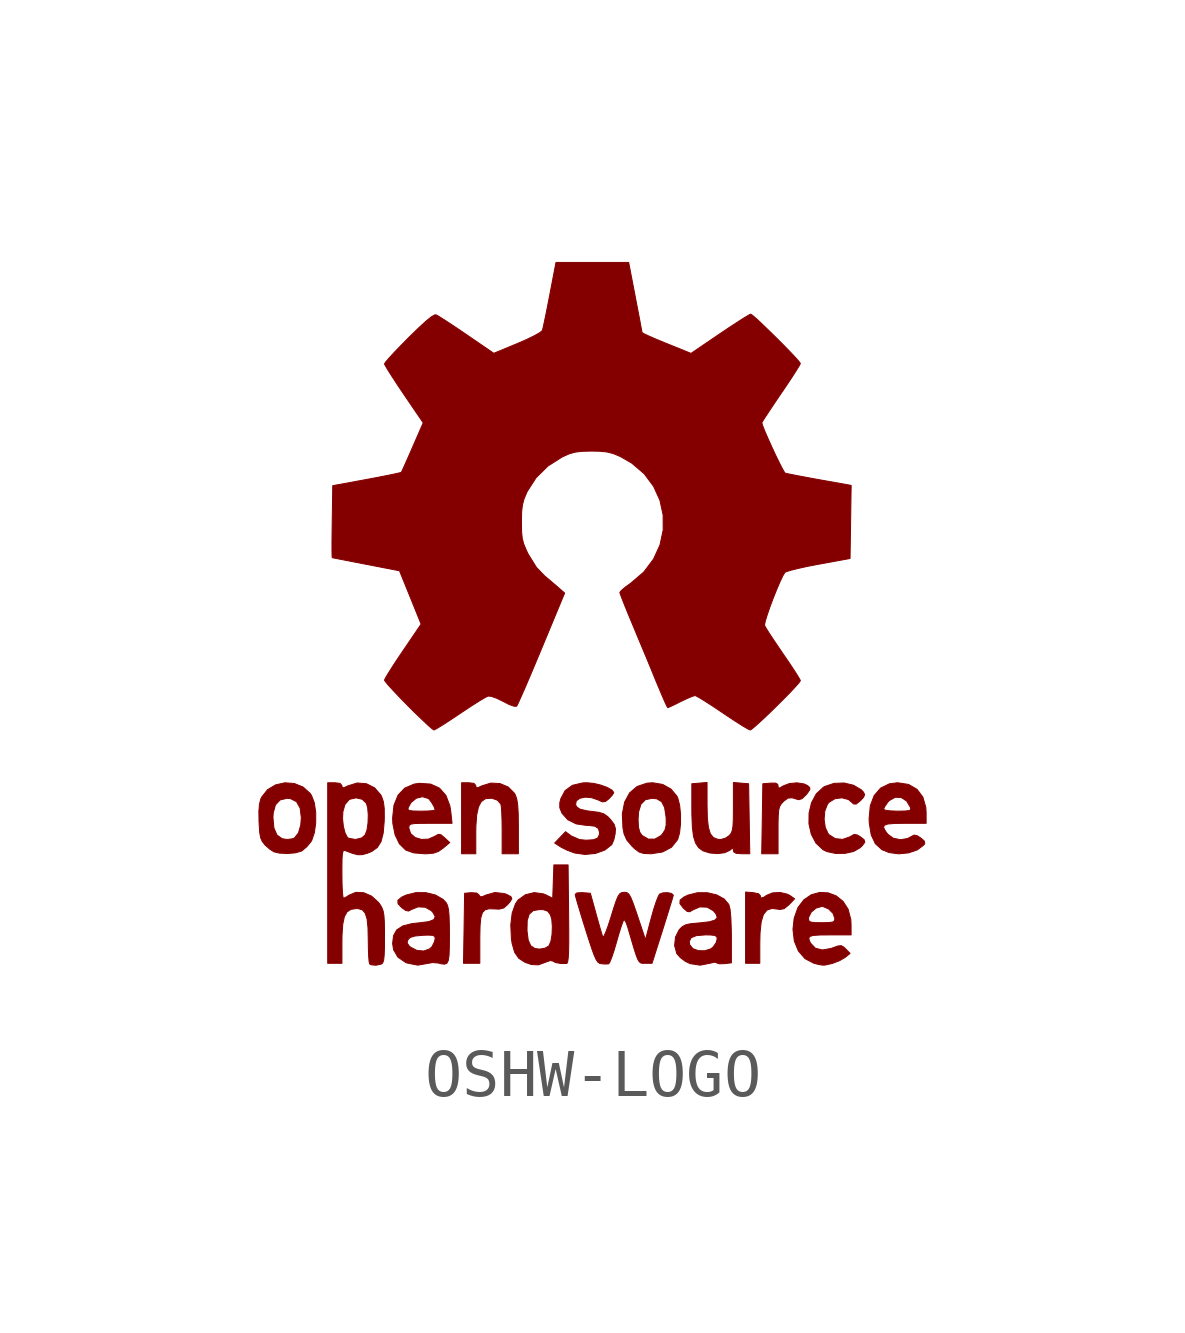
<source format=kicad_sym>
(kicad_symbol_lib
  (version 20231120)
  (generator "kicad_symbol_editor")
  (generator_version "8.0")
  (symbol "OSHW-LOGO"
    (pin_names
      (offset 1.016))
    (property "Reference" "#G"
      (at 0 9.381 0)
      (effects (font (size 1.27 1.27)) (hide yes)))
    (symbol "OSHW-LOGO_0_0"
      (polyline (pts (xy 3.508 -6.895) (xy 3.513 -6.677) (xy 3.537 -6.45) (xy 3.583 -6.295) (xy 3.658 -6.203) (xy 3.763 -6.169) (xy 3.902 -6.186) (xy 3.927 -6.191) (xy 4.016 -6.173) (xy 4.117 -6.09) (xy 4.233 -5.968) (xy 4.136 -5.9) (xy 4.083 -5.872) (xy 3.934 -5.837) (xy 3.777 -5.844) (xy 3.653 -5.894) (xy 3.592 -5.936) (xy 3.529 -5.953) (xy 3.518 -5.906) (xy 3.519 -5.901) (xy 3.48 -5.862) (xy 3.37 -5.84) (xy 3.212 -5.827) (xy 3.212 -6.569) (xy 3.212 -7.311) (xy 3.36 -7.311) (xy 3.508 -7.311) (xy 3.508 -6.895)) (stroke (width 0.01) (type default)) (fill (type outline)))
      (polyline (pts (xy -2.325 -6.807) (xy -2.325 -6.767) (xy -2.32 -6.529) (xy -2.304 -6.362) (xy -2.271 -6.255) (xy -2.215 -6.197) (xy -2.131 -6.175) (xy -2.013 -6.179) (xy -1.92 -6.183) (xy -1.827 -6.159) (xy -1.746 -6.088) (xy -1.7 -6.035) (xy -1.658 -5.967) (xy -1.676 -5.924) (xy -1.756 -5.881) (xy -1.812 -5.859) (xy -2.012 -5.837) (xy -2.205 -5.892) (xy -2.261 -5.919) (xy -2.315 -5.927) (xy -2.342 -5.889) (xy -2.386 -5.849) (xy -2.504 -5.84) (xy -2.642 -5.853) (xy -2.653 -6.582) (xy -2.665 -7.311) (xy -2.495 -7.311) (xy -2.325 -7.311) (xy -2.325 -6.807)) (stroke (width 0.01) (type default)) (fill (type outline)))
      (polyline (pts (xy 3.888 -4.541) (xy 3.888 -4.406) (xy 3.892 -4.237) (xy 3.901 -4.124) (xy 3.919 -4.05) (xy 3.95 -3.996) (xy 3.996 -3.945) (xy 4.018 -3.925) (xy 4.097 -3.869) (xy 4.183 -3.864) (xy 4.311 -3.902) (xy 4.316 -3.904) (xy 4.388 -3.882) (xy 4.477 -3.796) (xy 4.503 -3.763) (xy 4.55 -3.692) (xy 4.548 -3.65) (xy 4.501 -3.608) (xy 4.431 -3.575) (xy 4.283 -3.552) (xy 4.124 -3.567) (xy 3.992 -3.618) (xy 3.93 -3.656) (xy 3.895 -3.661) (xy 3.888 -3.616) (xy 3.882 -3.584) (xy 3.837 -3.557) (xy 3.73 -3.558) (xy 3.571 -3.571) (xy 3.56 -4.3) (xy 3.548 -5.029) (xy 3.718 -5.029) (xy 3.888 -5.029) (xy 3.888 -4.541)) (stroke (width 0.01) (type default)) (fill (type outline)))
      (polyline (pts (xy -2.409 -4.613) (xy -2.407 -4.455) (xy -2.39 -4.219) (xy -2.353 -4.052) (xy -2.296 -3.944) (xy -2.214 -3.886) (xy -2.2 -3.881) (xy -2.073 -3.873) (xy -1.957 -3.914) (xy -1.887 -3.994) (xy -1.877 -4.049) (xy -1.868 -4.175) (xy -1.862 -4.347) (xy -1.86 -4.547) (xy -1.86 -5.029) (xy -1.691 -5.029) (xy -1.522 -5.029) (xy -1.522 -4.478) (xy -1.522 -4.445) (xy -1.525 -4.194) (xy -1.536 -4.012) (xy -1.556 -3.886) (xy -1.586 -3.802) (xy -1.606 -3.767) (xy -1.734 -3.639) (xy -1.905 -3.567) (xy -2.095 -3.557) (xy -2.284 -3.615) (xy -2.36 -3.651) (xy -2.401 -3.654) (xy -2.409 -3.615) (xy -2.409 -3.607) (xy -2.448 -3.563) (xy -2.557 -3.55) (xy -2.705 -3.55) (xy -2.705 -4.29) (xy -2.705 -5.029) (xy -2.557 -5.029) (xy -2.409 -5.029) (xy -2.409 -4.613)) (stroke (width 0.01) (type default)) (fill (type outline)))
      (polyline (pts (xy 3.287 -4.3) (xy 3.275 -3.571) (xy 3.117 -3.558) (xy 2.958 -3.545) (xy 2.958 -4.055) (xy 2.958 -4.116) (xy 2.956 -4.317) (xy 2.949 -4.455) (xy 2.934 -4.545) (xy 2.91 -4.604) (xy 2.874 -4.649) (xy 2.795 -4.704) (xy 2.694 -4.733) (xy 2.631 -4.728) (xy 2.541 -4.692) (xy 2.477 -4.613) (xy 2.437 -4.481) (xy 2.415 -4.285) (xy 2.409 -4.015) (xy 2.409 -3.545) (xy 2.251 -3.558) (xy 2.092 -3.571) (xy 2.092 -4.099) (xy 2.093 -4.218) (xy 2.103 -4.477) (xy 2.127 -4.668) (xy 2.17 -4.806) (xy 2.232 -4.901) (xy 2.32 -4.966) (xy 2.326 -4.969) (xy 2.465 -5.013) (xy 2.626 -5.026) (xy 2.776 -5.008) (xy 2.881 -4.959) (xy 2.92 -4.926) (xy 2.952 -4.913) (xy 2.958 -4.959) (xy 2.964 -4.989) (xy 3.014 -5.02) (xy 3.128 -5.029) (xy 3.299 -5.029) (xy 3.287 -4.3)) (stroke (width 0.01) (type default)) (fill (type outline)))
      (polyline (pts (xy 5.284 -5.021) (xy 5.464 -4.981) (xy 5.598 -4.904) (xy 5.645 -4.858) (xy 5.696 -4.789) (xy 5.68 -4.736) (xy 5.599 -4.673) (xy 5.539 -4.638) (xy 5.474 -4.627) (xy 5.399 -4.668) (xy 5.387 -4.676) (xy 5.235 -4.73) (xy 5.079 -4.714) (xy 4.947 -4.63) (xy 4.934 -4.615) (xy 4.872 -4.483) (xy 4.848 -4.313) (xy 4.862 -4.14) (xy 4.917 -3.998) (xy 4.952 -3.956) (xy 5.073 -3.883) (xy 5.218 -3.864) (xy 5.357 -3.9) (xy 5.461 -3.99) (xy 5.464 -3.993) (xy 5.516 -3.994) (xy 5.606 -3.922) (xy 5.671 -3.85) (xy 5.692 -3.794) (xy 5.663 -3.74) (xy 5.623 -3.698) (xy 5.461 -3.602) (xy 5.263 -3.555) (xy 5.054 -3.563) (xy 4.861 -3.628) (xy 4.831 -3.645) (xy 4.684 -3.783) (xy 4.585 -3.968) (xy 4.534 -4.183) (xy 4.532 -4.406) (xy 4.58 -4.621) (xy 4.678 -4.807) (xy 4.826 -4.946) (xy 4.908 -4.985) (xy 5.088 -5.023) (xy 5.284 -5.021)) (stroke (width 0.01) (type default)) (fill (type outline)))
      (polyline (pts (xy 1.248 -5.029) (xy 1.483 -4.992) (xy 1.668 -4.894) (xy 1.794 -4.737) (xy 1.797 -4.732) (xy 1.836 -4.597) (xy 1.856 -4.411) (xy 1.857 -4.207) (xy 1.837 -4.015) (xy 1.799 -3.867) (xy 1.781 -3.83) (xy 1.659 -3.683) (xy 1.484 -3.585) (xy 1.276 -3.55) (xy 1.157 -3.559) (xy 0.952 -3.628) (xy 0.796 -3.761) (xy 0.692 -3.953) (xy 0.644 -4.198) (xy 0.649 -4.316) (xy 0.972 -4.316) (xy 0.982 -4.159) (xy 1.031 -3.998) (xy 1.124 -3.904) (xy 1.263 -3.874) (xy 1.363 -3.885) (xy 1.463 -3.945) (xy 1.525 -4.066) (xy 1.554 -4.257) (xy 1.557 -4.295) (xy 1.557 -4.435) (xy 1.534 -4.532) (xy 1.48 -4.617) (xy 1.449 -4.651) (xy 1.322 -4.724) (xy 1.183 -4.724) (xy 1.056 -4.649) (xy 1.008 -4.582) (xy 0.98 -4.477) (xy 0.972 -4.316) (xy 0.649 -4.316) (xy 0.657 -4.491) (xy 0.68 -4.614) (xy 0.738 -4.744) (xy 0.846 -4.871) (xy 0.9 -4.923) (xy 0.992 -4.993) (xy 1.089 -5.023) (xy 1.231 -5.029) (xy 1.248 -5.029)) (stroke (width 0.01) (type default)) (fill (type outline)))
      (polyline (pts (xy -6.17 -5.011) (xy -6.045 -4.975) (xy -6.029 -4.966) (xy -5.933 -4.886) (xy -5.844 -4.779) (xy -5.827 -4.751) (xy -5.772 -4.59) (xy -5.744 -4.385) (xy -5.744 -4.168) (xy -5.773 -3.968) (xy -5.831 -3.816) (xy -5.861 -3.771) (xy -6.008 -3.639) (xy -6.19 -3.566) (xy -6.386 -3.551) (xy -6.578 -3.594) (xy -6.746 -3.693) (xy -6.87 -3.85) (xy -6.888 -3.89) (xy -6.916 -3.998) (xy -6.928 -4.146) (xy -6.926 -4.276) (xy -6.635 -4.276) (xy -6.63 -4.181) (xy -6.583 -4.011) (xy -6.486 -3.908) (xy -6.34 -3.874) (xy -6.269 -3.881) (xy -6.144 -3.944) (xy -6.069 -4.076) (xy -6.044 -4.276) (xy -6.055 -4.429) (xy -6.104 -4.597) (xy -6.187 -4.701) (xy -6.239 -4.72) (xy -6.34 -4.732) (xy -6.444 -4.716) (xy -6.552 -4.638) (xy -6.615 -4.493) (xy -6.635 -4.276) (xy -6.926 -4.276) (xy -6.925 -4.355) (xy -6.921 -4.432) (xy -6.91 -4.593) (xy -6.89 -4.699) (xy -6.857 -4.774) (xy -6.804 -4.84) (xy -6.797 -4.849) (xy -6.7 -4.934) (xy -6.614 -4.989) (xy -6.501 -5.016) (xy -6.335 -5.024) (xy -6.17 -5.011)) (stroke (width 0.01) (type default)) (fill (type outline)))
      (polyline (pts (xy -0.954 -7.289) (xy -0.949 -7.286) (xy -0.857 -7.254) (xy -0.806 -7.264) (xy -0.751 -7.295) (xy -0.643 -7.315) (xy -0.517 -7.316) (xy -0.509 -7.312) (xy -0.494 -7.277) (xy -0.483 -7.199) (xy -0.476 -7.069) (xy -0.472 -6.879) (xy -0.472 -6.621) (xy -0.475 -6.287) (xy -0.486 -5.262) (xy -0.634 -5.262) (xy -0.782 -5.262) (xy -0.794 -5.611) (xy -0.806 -5.959) (xy -0.938 -5.891) (xy -1.007 -5.863) (xy -1.194 -5.839) (xy -1.376 -5.884) (xy -1.526 -5.992) (xy -1.581 -6.071) (xy -1.651 -6.266) (xy -1.68 -6.513) (xy -1.675 -6.621) (xy -1.342 -6.621) (xy -1.338 -6.42) (xy -1.296 -6.287) (xy -1.211 -6.214) (xy -1.078 -6.191) (xy -0.999 -6.195) (xy -0.912 -6.225) (xy -0.855 -6.297) (xy -0.826 -6.395) (xy -0.814 -6.545) (xy -0.82 -6.709) (xy -0.844 -6.854) (xy -0.885 -6.949) (xy -0.885 -6.949) (xy -0.965 -6.996) (xy -1.078 -7.016) (xy -1.179 -7.003) (xy -1.265 -6.945) (xy -1.317 -6.829) (xy -1.341 -6.642) (xy -1.342 -6.621) (xy -1.675 -6.621) (xy -1.667 -6.8) (xy -1.653 -6.895) (xy -1.6 -7.081) (xy -1.513 -7.208) (xy -1.381 -7.292) (xy -1.251 -7.337) (xy -1.105 -7.344) (xy -0.954 -7.289)) (stroke (width 0.01) (type default)) (fill (type outline)))
      (polyline (pts (xy 6.608 -5.011) (xy 6.791 -4.948) (xy 6.925 -4.846) (xy 6.946 -4.814) (xy 6.934 -4.764) (xy 6.858 -4.699) (xy 6.788 -4.654) (xy 6.723 -4.64) (xy 6.658 -4.674) (xy 6.588 -4.712) (xy 6.437 -4.737) (xy 6.287 -4.705) (xy 6.173 -4.622) (xy 6.124 -4.555) (xy 6.087 -4.483) (xy 6.101 -4.437) (xy 6.173 -4.41) (xy 6.314 -4.398) (xy 6.53 -4.395) (xy 6.973 -4.395) (xy 6.973 -4.173) (xy 6.967 -4.065) (xy 6.905 -3.849) (xy 6.783 -3.687) (xy 6.606 -3.585) (xy 6.38 -3.55) (xy 6.209 -3.572) (xy 6.026 -3.661) (xy 5.892 -3.815) (xy 5.81 -4.029) (xy 5.803 -4.105) (xy 6.086 -4.105) (xy 6.086 -4.103) (xy 6.113 -4.043) (xy 6.173 -3.957) (xy 6.206 -3.921) (xy 6.327 -3.853) (xy 6.453 -3.857) (xy 6.567 -3.93) (xy 6.649 -4.068) (xy 6.65 -4.071) (xy 6.653 -4.109) (xy 6.62 -4.13) (xy 6.534 -4.139) (xy 6.38 -4.142) (xy 6.37 -4.142) (xy 6.226 -4.136) (xy 6.125 -4.123) (xy 6.086 -4.105) (xy 5.803 -4.105) (xy 5.785 -4.297) (xy 5.789 -4.395) (xy 5.83 -4.639) (xy 5.916 -4.82) (xy 6.052 -4.944) (xy 6.202 -5.005) (xy 6.403 -5.031) (xy 6.608 -5.011)) (stroke (width 0.01) (type default)) (fill (type outline)))
      (polyline (pts (xy 4.87 -7.348) (xy 5.017 -7.315) (xy 5.171 -7.256) (xy 5.29 -7.186) (xy 5.388 -7.105) (xy 5.298 -7.013) (xy 5.256 -6.973) (xy 5.204 -6.944) (xy 5.136 -6.951) (xy 5.021 -6.992) (xy 4.991 -7.003) (xy 4.81 -7.034) (xy 4.665 -6.997) (xy 4.567 -6.894) (xy 4.545 -6.851) (xy 4.528 -6.791) (xy 4.55 -6.752) (xy 4.623 -6.731) (xy 4.758 -6.722) (xy 4.966 -6.72) (xy 5.41 -6.72) (xy 5.409 -6.498) (xy 5.404 -6.401) (xy 5.348 -6.186) (xy 5.242 -6.021) (xy 5.098 -5.906) (xy 4.932 -5.844) (xy 4.755 -5.836) (xy 4.582 -5.883) (xy 4.427 -5.988) (xy 4.303 -6.15) (xy 4.224 -6.373) (xy 4.223 -6.382) (xy 4.522 -6.382) (xy 4.525 -6.354) (xy 4.578 -6.247) (xy 4.679 -6.162) (xy 4.797 -6.128) (xy 4.827 -6.13) (xy 4.943 -6.18) (xy 5.035 -6.273) (xy 5.072 -6.382) (xy 5.064 -6.425) (xy 5.028 -6.452) (xy 4.946 -6.463) (xy 4.797 -6.466) (xy 4.655 -6.464) (xy 4.569 -6.453) (xy 4.531 -6.427) (xy 4.522 -6.382) (xy 4.223 -6.382) (xy 4.199 -6.604) (xy 4.227 -6.849) (xy 4.313 -7.056) (xy 4.449 -7.214) (xy 4.632 -7.31) (xy 4.732 -7.336) (xy 4.818 -7.35) (xy 4.87 -7.348)) (stroke (width 0.01) (type default)) (fill (type outline)))
      (polyline (pts (xy -3.422 -5.029) (xy -3.286 -5.016) (xy -3.187 -4.981) (xy -3.091 -4.913) (xy -2.952 -4.797) (xy -3.058 -4.697) (xy -3.058 -4.697) (xy -3.135 -4.633) (xy -3.19 -4.625) (xy -3.261 -4.665) (xy -3.396 -4.725) (xy -3.542 -4.731) (xy -3.673 -4.691) (xy -3.767 -4.609) (xy -3.804 -4.494) (xy -3.803 -4.467) (xy -3.793 -4.433) (xy -3.757 -4.411) (xy -3.683 -4.4) (xy -3.553 -4.396) (xy -3.354 -4.395) (xy -2.904 -4.395) (xy -2.929 -4.16) (xy -2.949 -4.032) (xy -3.031 -3.815) (xy -3.165 -3.663) (xy -3.349 -3.578) (xy -3.582 -3.562) (xy -3.694 -3.578) (xy -3.888 -3.661) (xy -4.028 -3.808) (xy -4.113 -4.017) (xy -4.123 -4.107) (xy -3.822 -4.107) (xy -3.817 -4.068) (xy -3.759 -3.963) (xy -3.649 -3.873) (xy -3.521 -3.841) (xy -3.398 -3.878) (xy -3.385 -3.889) (xy -3.329 -3.96) (xy -3.277 -4.05) (xy -3.254 -4.118) (xy -3.255 -4.119) (xy -3.298 -4.13) (xy -3.403 -4.139) (xy -3.549 -4.142) (xy -3.562 -4.142) (xy -3.711 -4.139) (xy -3.792 -4.129) (xy -3.822 -4.107) (xy -4.123 -4.107) (xy -4.142 -4.287) (xy -4.137 -4.401) (xy -4.09 -4.636) (xy -3.999 -4.824) (xy -3.871 -4.949) (xy -3.862 -4.955) (xy -3.704 -5.011) (xy -3.485 -5.029) (xy -3.422 -5.029)) (stroke (width 0.01) (type default)) (fill (type outline)))
      (polyline (pts (xy 0.087 -5.022) (xy 0.278 -4.953) (xy 0.419 -4.843) (xy 0.427 -4.832) (xy 0.467 -4.738) (xy 0.494 -4.614) (xy 0.501 -4.51) (xy 0.473 -4.416) (xy 0.393 -4.311) (xy 0.343 -4.259) (xy 0.262 -4.2) (xy 0.159 -4.167) (xy 0.002 -4.147) (xy -0.092 -4.135) (xy -0.238 -4.101) (xy -0.31 -4.05) (xy -0.33 -4.003) (xy -0.315 -3.927) (xy -0.242 -3.874) (xy -0.13 -3.85) (xy 0.004 -3.861) (xy 0.144 -3.91) (xy 0.227 -3.948) (xy 0.291 -3.942) (xy 0.366 -3.882) (xy 0.369 -3.879) (xy 0.437 -3.805) (xy 0.465 -3.755) (xy 0.43 -3.705) (xy 0.333 -3.65) (xy 0.199 -3.6) (xy 0.049 -3.564) (xy -0.093 -3.55) (xy -0.185 -3.554) (xy -0.397 -3.604) (xy -0.547 -3.713) (xy -0.636 -3.879) (xy -0.659 -3.967) (xy -0.659 -4.071) (xy -0.615 -4.181) (xy -0.609 -4.19) (xy -0.491 -4.321) (xy -0.318 -4.407) (xy -0.111 -4.438) (xy -0.073 -4.438) (xy 0.07 -4.455) (xy 0.146 -4.503) (xy 0.169 -4.588) (xy 0.165 -4.635) (xy 0.129 -4.704) (xy 0.041 -4.738) (xy -0.114 -4.747) (xy -0.248 -4.734) (xy -0.419 -4.659) (xy -0.539 -4.57) (xy -0.652 -4.688) (xy -0.765 -4.806) (xy -0.647 -4.883) (xy -0.631 -4.893) (xy -0.502 -4.957) (xy -0.36 -5.01) (xy -0.347 -5.014) (xy -0.13 -5.044) (xy 0.087 -5.022)) (stroke (width 0.01) (type default)) (fill (type outline)))
      (polyline (pts (xy -3.408 -7.314) (xy -3.31 -7.296) (xy -3.183 -7.307) (xy -3.132 -7.321) (xy -3.061 -7.33) (xy -3.012 -7.311) (xy -2.982 -7.253) (xy -2.966 -7.143) (xy -2.96 -6.971) (xy -2.958 -6.726) (xy -2.96 -6.504) (xy -2.966 -6.319) (xy -2.978 -6.192) (xy -2.998 -6.106) (xy -3.027 -6.048) (xy -3.092 -5.979) (xy -3.251 -5.888) (xy -3.449 -5.84) (xy -3.661 -5.84) (xy -3.863 -5.891) (xy -3.955 -5.935) (xy -4.032 -6) (xy -4.029 -6.07) (xy -3.951 -6.153) (xy -3.871 -6.21) (xy -3.81 -6.223) (xy -3.744 -6.189) (xy -3.613 -6.136) (xy -3.463 -6.143) (xy -3.336 -6.215) (xy -3.301 -6.253) (xy -3.254 -6.339) (xy -3.282 -6.401) (xy -3.386 -6.443) (xy -3.572 -6.467) (xy -3.74 -6.485) (xy -3.93 -6.534) (xy -4.054 -6.614) (xy -4.122 -6.733) (xy -4.14 -6.884) (xy -3.841 -6.884) (xy -3.82 -6.817) (xy -3.772 -6.772) (xy -3.675 -6.743) (xy -3.514 -6.728) (xy -3.401 -6.724) (xy -3.307 -6.729) (xy -3.264 -6.751) (xy -3.254 -6.793) (xy -3.27 -6.864) (xy -3.32 -6.964) (xy -3.372 -7.013) (xy -3.494 -7.056) (xy -3.636 -7.043) (xy -3.767 -6.976) (xy -3.801 -6.946) (xy -3.841 -6.884) (xy -4.14 -6.884) (xy -4.142 -6.898) (xy -4.122 -7.029) (xy -4.031 -7.184) (xy -3.872 -7.293) (xy -3.84 -7.306) (xy -3.619 -7.35) (xy -3.408 -7.314)) (stroke (width 0.01) (type default)) (fill (type outline)))
      (polyline (pts (xy 2.479 -7.309) (xy 2.481 -7.308) (xy 2.567 -7.288) (xy 2.61 -7.3) (xy 2.612 -7.305) (xy 2.668 -7.322) (xy 2.769 -7.319) (xy 2.916 -7.302) (xy 2.916 -6.747) (xy 2.914 -6.615) (xy 2.905 -6.365) (xy 2.888 -6.186) (xy 2.862 -6.086) (xy 2.766 -5.972) (xy 2.609 -5.886) (xy 2.416 -5.841) (xy 2.209 -5.841) (xy 2.011 -5.891) (xy 1.929 -5.93) (xy 1.848 -5.995) (xy 1.844 -6.068) (xy 1.913 -6.159) (xy 1.922 -6.168) (xy 1.994 -6.23) (xy 2.048 -6.238) (xy 2.118 -6.197) (xy 2.259 -6.137) (xy 2.411 -6.142) (xy 2.538 -6.215) (xy 2.592 -6.277) (xy 2.622 -6.354) (xy 2.58 -6.409) (xy 2.463 -6.446) (xy 2.265 -6.469) (xy 2.226 -6.472) (xy 2.066 -6.487) (xy 1.963 -6.51) (xy 1.893 -6.548) (xy 1.833 -6.608) (xy 1.828 -6.613) (xy 1.752 -6.765) (xy 1.742 -6.86) (xy 2.038 -6.86) (xy 2.076 -6.78) (xy 2.186 -6.735) (xy 2.372 -6.72) (xy 2.477 -6.721) (xy 2.57 -6.731) (xy 2.611 -6.757) (xy 2.62 -6.804) (xy 2.599 -6.881) (xy 2.536 -6.973) (xy 2.483 -7.013) (xy 2.359 -7.051) (xy 2.226 -7.048) (xy 2.113 -7.006) (xy 2.048 -6.926) (xy 2.038 -6.86) (xy 1.742 -6.86) (xy 1.733 -6.942) (xy 1.778 -7.105) (xy 1.782 -7.113) (xy 1.854 -7.194) (xy 1.957 -7.271) (xy 2.054 -7.318) (xy 2.263 -7.351) (xy 2.479 -7.309)) (stroke (width 0.01) (type default)) (fill (type outline)))
      (polyline (pts (xy 0.359 -7.323) (xy 0.381 -7.292) (xy 0.421 -7.195) (xy 0.471 -7.047) (xy 0.524 -6.865) (xy 0.567 -6.715) (xy 0.616 -6.558) (xy 0.654 -6.448) (xy 0.677 -6.402) (xy 0.687 -6.405) (xy 0.721 -6.459) (xy 0.758 -6.563) (xy 0.827 -6.799) (xy 0.886 -7) (xy 0.931 -7.14) (xy 0.967 -7.231) (xy 0.998 -7.282) (xy 1.031 -7.306) (xy 1.07 -7.312) (xy 1.121 -7.311) (xy 1.263 -7.311) (xy 1.481 -6.625) (xy 1.537 -6.447) (xy 1.602 -6.238) (xy 1.655 -6.067) (xy 1.691 -5.948) (xy 1.705 -5.896) (xy 1.705 -5.89) (xy 1.667 -5.856) (xy 1.584 -5.84) (xy 1.49 -5.844) (xy 1.42 -5.871) (xy 1.395 -5.913) (xy 1.351 -6.023) (xy 1.299 -6.181) (xy 1.246 -6.369) (xy 1.126 -6.821) (xy 0.961 -6.327) (xy 0.929 -6.231) (xy 0.866 -6.053) (xy 0.819 -5.937) (xy 0.779 -5.87) (xy 0.741 -5.84) (xy 0.696 -5.832) (xy 0.686 -5.832) (xy 0.634 -5.838) (xy 0.594 -5.86) (xy 0.556 -5.913) (xy 0.516 -6.009) (xy 0.465 -6.16) (xy 0.397 -6.38) (xy 0.347 -6.535) (xy 0.296 -6.671) (xy 0.258 -6.751) (xy 0.236 -6.762) (xy 0.224 -6.725) (xy 0.191 -6.616) (xy 0.146 -6.459) (xy 0.095 -6.276) (xy -0.022 -5.853) (xy -0.18 -5.84) (xy -0.196 -5.839) (xy -0.3 -5.845) (xy -0.338 -5.875) (xy -0.331 -5.911) (xy -0.301 -6.019) (xy -0.253 -6.181) (xy -0.191 -6.385) (xy -0.119 -6.615) (xy -0.066 -6.783) (xy 0.002 -6.99) (xy 0.054 -7.135) (xy 0.096 -7.229) (xy 0.132 -7.284) (xy 0.167 -7.311) (xy 0.209 -7.321) (xy 0.288 -7.327) (xy 0.359 -7.323)) (stroke (width 0.01) (type default)) (fill (type outline)))
      (polyline (pts (xy -4.378 -7.328) (xy -4.375 -7.327) (xy -4.348 -7.303) (xy -4.329 -7.247) (xy -4.318 -7.148) (xy -4.312 -6.991) (xy -4.311 -6.764) (xy -4.311 -6.635) (xy -4.314 -6.445) (xy -4.323 -6.313) (xy -4.34 -6.22) (xy -4.367 -6.149) (xy -4.407 -6.082) (xy -4.439 -6.04) (xy -4.581 -5.912) (xy -4.744 -5.841) (xy -4.908 -5.833) (xy -5.053 -5.894) (xy -5.112 -5.934) (xy -5.167 -5.958) (xy -5.167 -5.958) (xy -5.179 -5.915) (xy -5.189 -5.805) (xy -5.196 -5.644) (xy -5.198 -5.447) (xy -5.198 -5.322) (xy -5.196 -5.147) (xy -5.189 -5.037) (xy -5.176 -4.979) (xy -5.155 -4.959) (xy -5.124 -4.966) (xy -4.973 -5.023) (xy -4.864 -5.05) (xy -4.774 -5.048) (xy -4.671 -5.02) (xy -4.577 -4.982) (xy -4.46 -4.898) (xy -4.383 -4.776) (xy -4.338 -4.599) (xy -4.317 -4.354) (xy -4.315 -4.285) (xy -4.316 -4.088) (xy -4.334 -3.946) (xy -4.371 -3.838) (xy -4.39 -3.802) (xy -4.518 -3.655) (xy -4.687 -3.571) (xy -4.879 -3.555) (xy -5.074 -3.615) (xy -5.15 -3.651) (xy -5.19 -3.654) (xy -5.198 -3.615) (xy -5.199 -3.607) (xy -5.238 -3.563) (xy -5.346 -3.55) (xy -5.494 -3.55) (xy -5.494 -4.303) (xy -5.185 -4.303) (xy -5.178 -4.154) (xy -5.136 -4.005) (xy -5.052 -3.906) (xy -5.027 -3.892) (xy -4.9 -3.865) (xy -4.776 -3.894) (xy -4.69 -3.975) (xy -4.662 -4.067) (xy -4.649 -4.218) (xy -4.654 -4.386) (xy -4.676 -4.538) (xy -4.715 -4.639) (xy -4.786 -4.7) (xy -4.916 -4.732) (xy -5.06 -4.706) (xy -5.086 -4.686) (xy -5.133 -4.595) (xy -5.168 -4.458) (xy -5.185 -4.303) (xy -5.494 -4.303) (xy -5.494 -5.431) (xy -5.494 -7.311) (xy -5.346 -7.311) (xy -5.198 -7.311) (xy -5.198 -6.892) (xy -5.196 -6.728) (xy -5.181 -6.501) (xy -5.148 -6.342) (xy -5.092 -6.241) (xy -5.009 -6.187) (xy -4.894 -6.171) (xy -4.857 -6.173) (xy -4.771 -6.199) (xy -4.712 -6.268) (xy -4.674 -6.388) (xy -4.655 -6.571) (xy -4.649 -6.828) (xy -4.647 -6.992) (xy -4.641 -7.157) (xy -4.632 -7.274) (xy -4.621 -7.325) (xy -4.588 -7.343) (xy -4.489 -7.352) (xy -4.378 -7.328)) (stroke (width 0.01) (type default)) (fill (type outline)))
      (polyline (pts (xy 3.339 -2.434) (xy 3.42 -2.366) (xy 3.538 -2.259) (xy 3.681 -2.125) (xy 3.835 -1.975) (xy 3.989 -1.822) (xy 4.13 -1.679) (xy 4.245 -1.556) (xy 4.324 -1.467) (xy 4.353 -1.423) (xy 4.348 -1.409) (xy 4.305 -1.335) (xy 4.226 -1.21) (xy 4.119 -1.049) (xy 3.993 -0.865) (xy 3.935 -0.779) (xy 3.813 -0.599) (xy 3.711 -0.445) (xy 3.64 -0.332) (xy 3.608 -0.275) (xy 3.607 -0.267) (xy 3.62 -0.19) (xy 3.66 -0.06) (xy 3.717 0.107) (xy 3.786 0.291) (xy 3.859 0.474) (xy 3.929 0.637) (xy 3.989 0.763) (xy 4.032 0.833) (xy 4.055 0.845) (xy 4.151 0.876) (xy 4.307 0.915) (xy 4.506 0.959) (xy 4.733 1.002) (xy 5.388 1.122) (xy 5.4 1.883) (xy 5.411 2.645) (xy 4.749 2.763) (xy 4.61 2.788) (xy 4.396 2.828) (xy 4.218 2.862) (xy 4.093 2.887) (xy 4.036 2.901) (xy 4.024 2.914) (xy 3.98 2.99) (xy 3.915 3.117) (xy 3.837 3.276) (xy 3.756 3.451) (xy 3.678 3.624) (xy 3.612 3.776) (xy 3.567 3.891) (xy 3.55 3.95) (xy 3.563 3.975) (xy 3.617 4.06) (xy 3.705 4.194) (xy 3.819 4.365) (xy 3.951 4.56) (xy 4.052 4.708) (xy 4.172 4.888) (xy 4.267 5.036) (xy 4.33 5.139) (xy 4.353 5.184) (xy 4.334 5.214) (xy 4.265 5.294) (xy 4.157 5.41) (xy 4.021 5.55) (xy 3.87 5.702) (xy 3.716 5.853) (xy 3.572 5.992) (xy 3.45 6.107) (xy 3.361 6.184) (xy 3.318 6.213) (xy 3.286 6.198) (xy 3.193 6.143) (xy 3.052 6.053) (xy 2.876 5.938) (xy 2.676 5.804) (xy 2.075 5.395) (xy 1.566 5.601) (xy 1.53 5.615) (xy 1.345 5.692) (xy 1.194 5.758) (xy 1.092 5.806) (xy 1.054 5.83) (xy 1.049 5.863) (xy 1.029 5.968) (xy 0.999 6.13) (xy 0.959 6.336) (xy 0.914 6.572) (xy 0.776 7.29) (xy 0.019 7.29) (xy -0.738 7.29) (xy -0.868 6.614) (xy -0.897 6.464) (xy -0.94 6.246) (xy -0.978 6.064) (xy -1.006 5.934) (xy -1.022 5.872) (xy -1.024 5.869) (xy -1.077 5.826) (xy -1.191 5.762) (xy -1.351 5.684) (xy -1.541 5.601) (xy -2.034 5.397) (xy -2.6 5.784) (xy -2.724 5.869) (xy -2.908 5.992) (xy -3.064 6.094) (xy -3.178 6.166) (xy -3.235 6.198) (xy -3.264 6.197) (xy -3.335 6.157) (xy -3.446 6.067) (xy -3.602 5.924) (xy -3.808 5.723) (xy -3.933 5.596) (xy -4.084 5.441) (xy -4.203 5.312) (xy -4.282 5.221) (xy -4.311 5.178) (xy -4.298 5.147) (xy -4.244 5.055) (xy -4.155 4.915) (xy -4.041 4.74) (xy -3.908 4.542) (xy -3.504 3.949) (xy -3.725 3.443) (xy -3.74 3.408) (xy -3.822 3.222) (xy -3.89 3.068) (xy -3.938 2.962) (xy -3.96 2.918) (xy -3.988 2.909) (xy -4.088 2.886) (xy -4.246 2.853) (xy -4.449 2.813) (xy -4.682 2.769) (xy -5.389 2.639) (xy -5.4 1.89) (xy -5.403 1.674) (xy -5.405 1.461) (xy -5.405 1.291) (xy -5.403 1.18) (xy -5.4 1.139) (xy -5.375 1.134) (xy -5.279 1.115) (xy -5.124 1.085) (xy -4.924 1.046) (xy -4.693 1.001) (xy -3.998 0.866) (xy -3.773 0.311) (xy -3.548 -0.245) (xy -3.929 -0.806) (xy -4.012 -0.929) (xy -4.131 -1.109) (xy -4.225 -1.258) (xy -4.288 -1.363) (xy -4.311 -1.412) (xy -4.296 -1.438) (xy -4.231 -1.517) (xy -4.122 -1.636) (xy -3.98 -1.786) (xy -3.815 -1.954) (xy -3.694 -2.075) (xy -3.539 -2.224) (xy -3.412 -2.344) (xy -3.322 -2.423) (xy -3.281 -2.451) (xy -3.27 -2.447) (xy -3.2 -2.408) (xy -3.078 -2.333) (xy -2.92 -2.23) (xy -2.737 -2.108) (xy -2.668 -2.062) (xy -2.487 -1.942) (xy -2.33 -1.843) (xy -2.214 -1.774) (xy -2.152 -1.744) (xy -2.087 -1.75) (xy -1.97 -1.791) (xy -1.834 -1.858) (xy -1.717 -1.918) (xy -1.613 -1.956) (xy -1.559 -1.956) (xy -1.554 -1.949) (xy -1.52 -1.88) (xy -1.46 -1.746) (xy -1.377 -1.557) (xy -1.277 -1.323) (xy -1.163 -1.053) (xy -1.04 -0.759) (xy -0.558 0.402) (xy -0.67 0.499) (xy -0.73 0.552) (xy -0.851 0.655) (xy -0.98 0.764) (xy -1.145 0.936) (xy -1.318 1.214) (xy -1.356 1.294) (xy -1.411 1.425) (xy -1.442 1.545) (xy -1.455 1.686) (xy -1.458 1.88) (xy -1.458 1.897) (xy -1.454 2.094) (xy -1.437 2.24) (xy -1.403 2.366) (xy -1.345 2.502) (xy -1.336 2.521) (xy -1.153 2.805) (xy -0.905 3.049) (xy -0.611 3.236) (xy -0.605 3.239) (xy -0.464 3.302) (xy -0.338 3.338) (xy -0.195 3.355) (xy 0 3.36) (xy 0.167 3.357) (xy 0.324 3.341) (xy 0.457 3.307) (xy 0.599 3.248) (xy 0.842 3.108) (xy 1.101 2.886) (xy 1.296 2.624) (xy 1.427 2.335) (xy 1.494 2.028) (xy 1.495 1.715) (xy 1.429 1.405) (xy 1.295 1.111) (xy 1.093 0.842) (xy 0.822 0.609) (xy 0.708 0.527) (xy 0.624 0.456) (xy 0.592 0.415) (xy 0.599 0.388) (xy 0.635 0.293) (xy 0.694 0.143) (xy 0.771 -0.047) (xy 0.862 -0.265) (xy 0.89 -0.332) (xy 1.008 -0.616) (xy 1.134 -0.917) (xy 1.253 -1.205) (xy 1.352 -1.448) (xy 1.378 -1.51) (xy 1.457 -1.697) (xy 1.522 -1.848) (xy 1.569 -1.95) (xy 1.591 -1.986) (xy 1.633 -1.969) (xy 1.73 -1.924) (xy 1.859 -1.859) (xy 1.988 -1.798) (xy 2.098 -1.751) (xy 2.158 -1.733) (xy 2.174 -1.738) (xy 2.253 -1.781) (xy 2.381 -1.86) (xy 2.545 -1.966) (xy 2.732 -2.092) (xy 2.824 -2.154) (xy 3.002 -2.271) (xy 3.151 -2.366) (xy 3.257 -2.428) (xy 3.308 -2.451) (xy 3.339 -2.434)) (stroke (width 0.01) (type default)) (fill (type outline))))))
</source>
